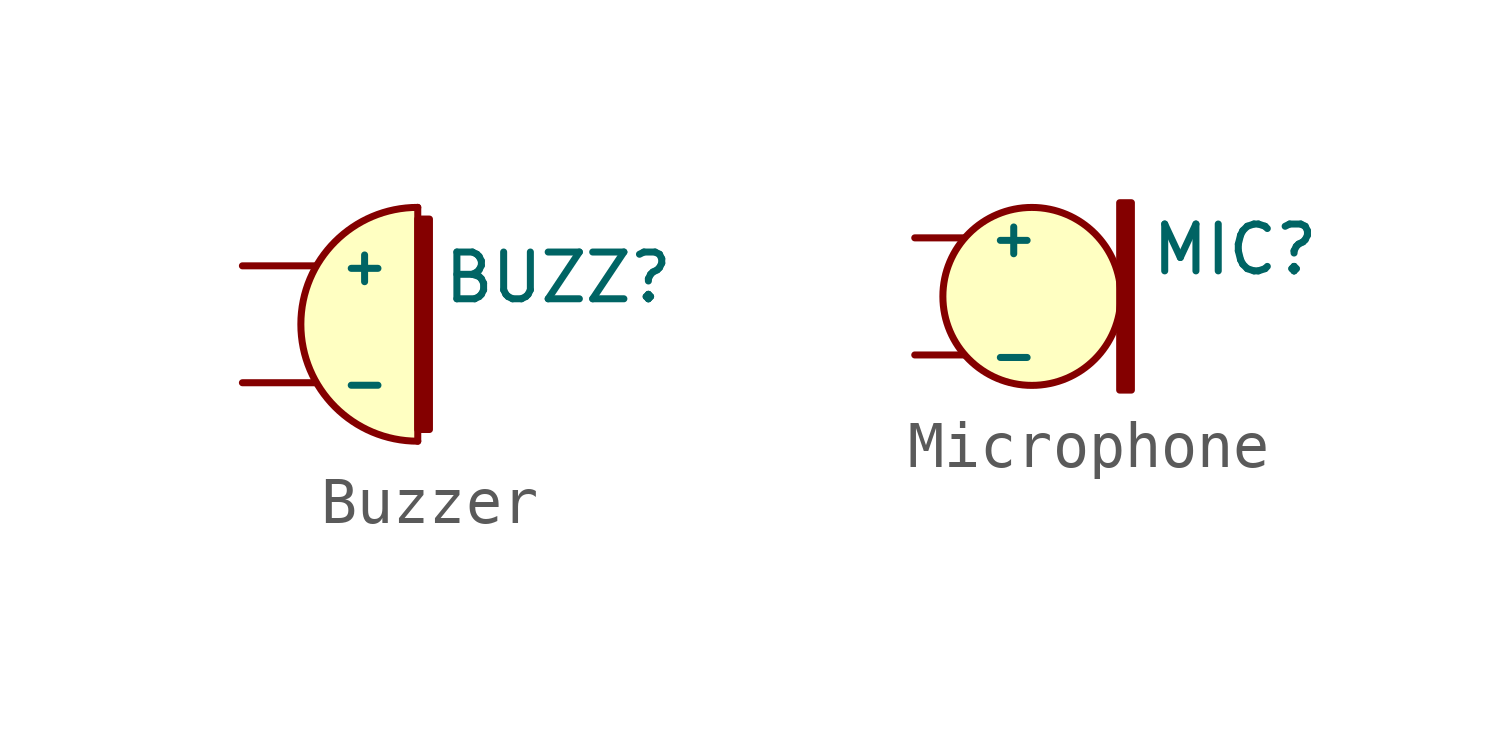
<source format=kicad_sym>
(kicad_symbol_lib
  (version 20220914)
  (generator kicad_symbol_editor)
  (symbol "Buzzer"
    (pin_numbers hide)
    (property "Reference" "BUZZ"
      (at 1.778 1.016 0)
      (effects (font (size 1.016 1.016)) (justify left)))
    (symbol "Buzzer_0_1"
      (polyline (pts (xy 1.27 -2.54) (xy 1.27 2.54)) (stroke (width 0) (type solid)) (fill (type none)))
      (rectangle (start 1.27 2.286) (end 1.524 -2.286) (stroke (width 0) (type solid)) (fill (type outline)))
      (arc (start 1.27 2.54) (mid -1.27 0) (end 1.27 -2.54) (stroke (width 0) (type solid)) (fill (type background))))
    (symbol "Buzzer_1_1"
      (pin input line (at -2.54 1.27 0) (length 1.575) (name "+" (effects (font (size 0.762 0.762)))) (number "1" (effects (font (size 0.762 0.762)))))
      (pin output line (at -2.54 -1.27 0) (length 1.575) (name "-" (effects (font (size 0.762 0.762)))) (number "2" (effects (font (size 0.762 0.762)))))))
  (symbol "Microphone"
    (pin_numbers hide)
    (property "Reference" "MIC"
      (at 2.54 1.016 0)
      (effects (font (size 1.016 1.016)) (justify left)))
    (symbol "Microphone_0_1"
      (circle (center 0 0) (radius 1.93) (stroke (width 0) (type solid)) (fill (type background)))
      (rectangle (start 1.905 2.032) (end 2.159 -2.032) (stroke (width 0) (type solid)) (fill (type outline))))
    (symbol "Microphone_1_1"
      (pin passive line (at -2.54 1.27 0) (length 1.067) (name "+" (effects (font (size 0.762 0.762)))) (number "1" (effects (font (size 0.762 0.762)))))
      (pin passive line (at -2.54 -1.27 0) (length 1.067) (name "-" (effects (font (size 0.762 0.762)))) (number "2" (effects (font (size 0.762 0.762))))))))
</source>
